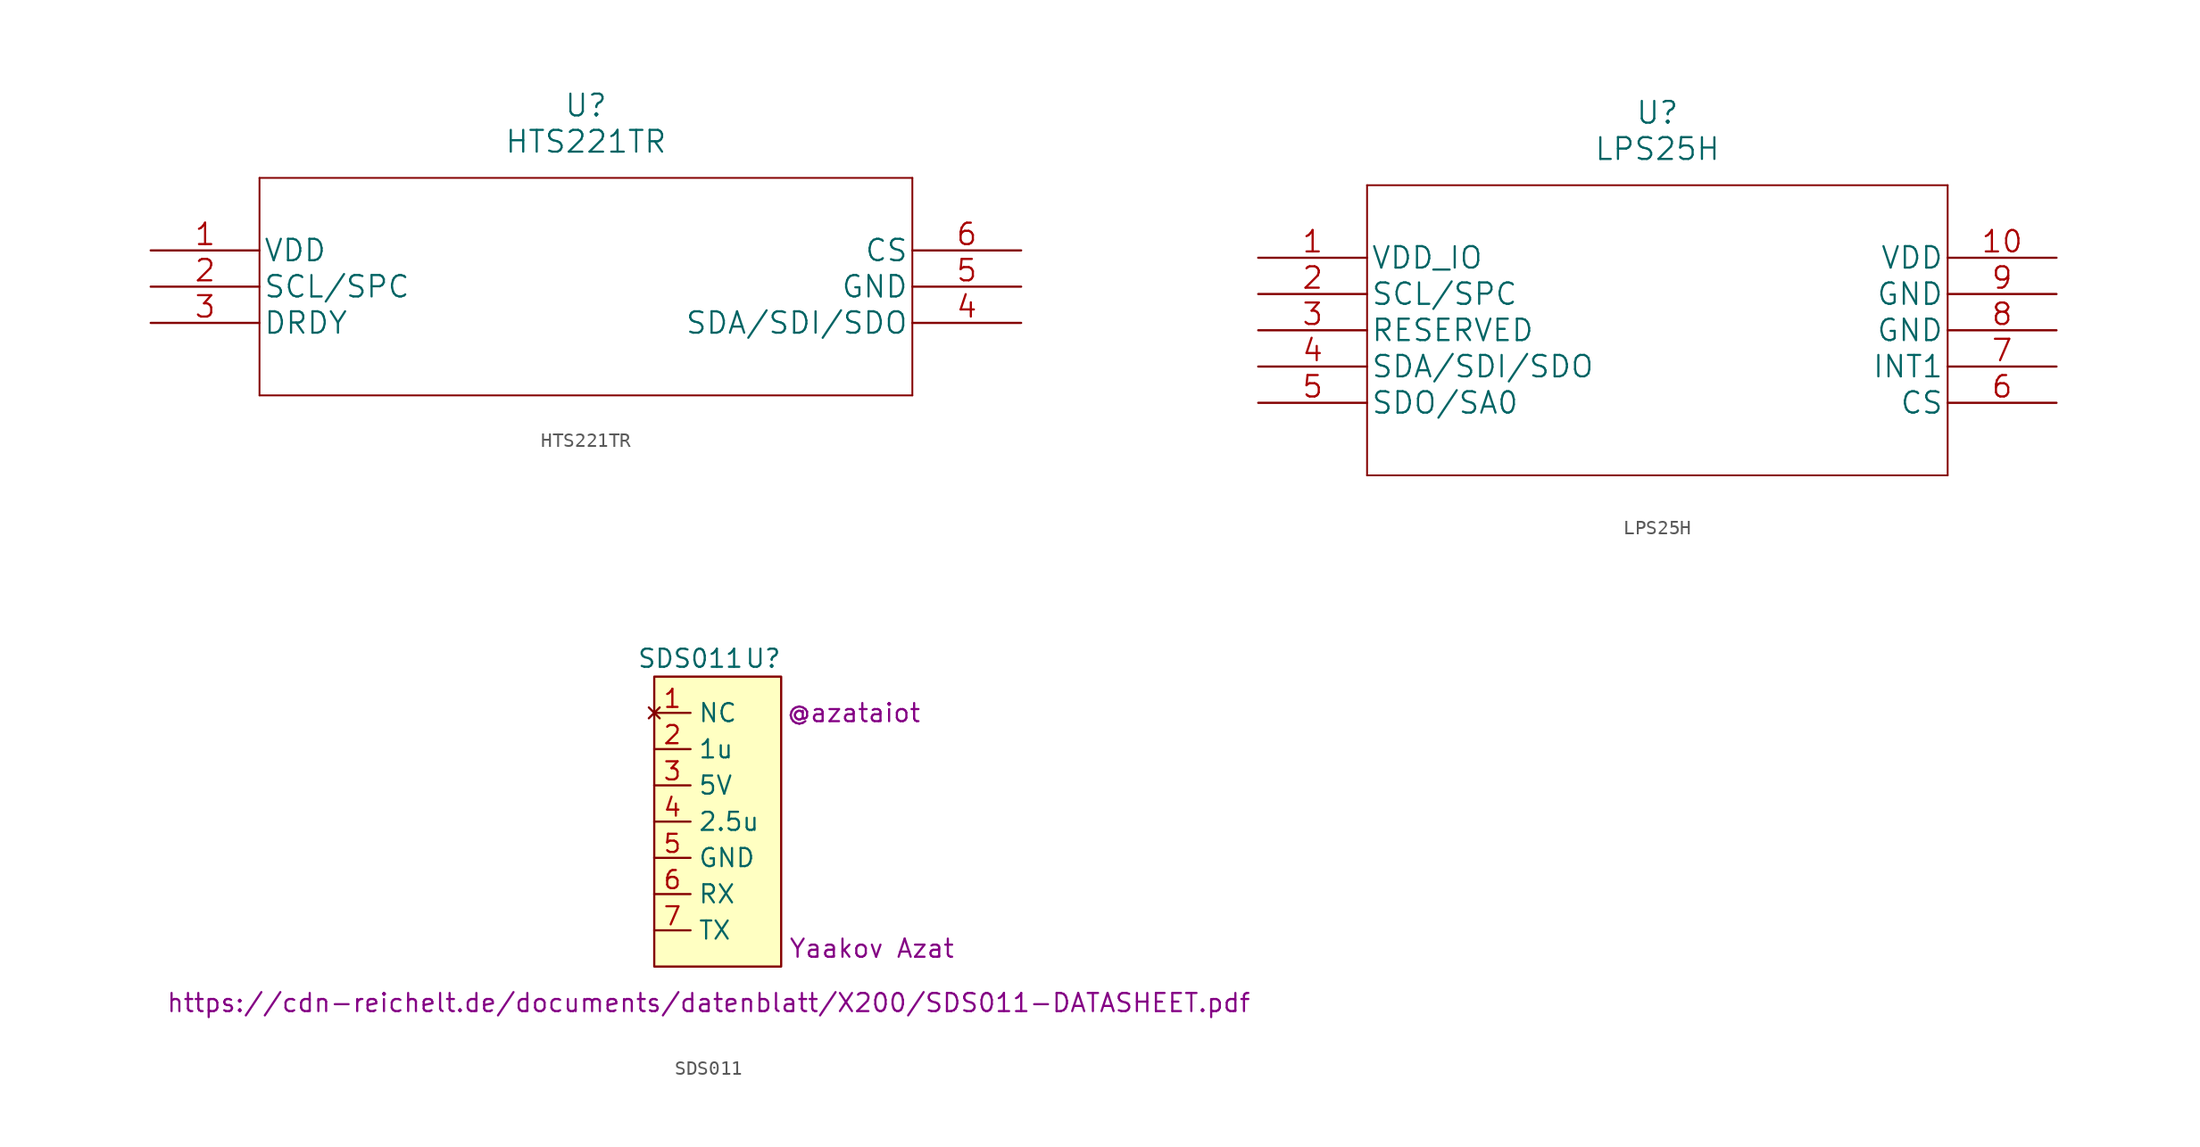
<source format=kicad_sym>
(kicad_symbol_lib
  (version 20211014)
  (generator kicad_symbol_editor)
  (symbol "HTS221TR"
    (pin_names
      (offset 0.254))
    (property "Reference" "U"
      (at 30.48 10.16 0)
      (effects (font (size 1.524 1.524))))
    (property "Value" "HTS221TR"
      (at 30.48 7.62 0)
      (effects (font (size 1.524 1.524))))
    (property "Datasheet" ""
      (at 0 0 0)
      (effects (font (size 1.524 1.524))))
    (symbol "HTS221TR_1_1"
      (polyline (pts (xy 7.62 -10.16) (xy 53.34 -10.16)) (stroke (width 0.127) (type default) (color 0 0 0 0)) (fill (type none)))
      (polyline (pts (xy 7.62 5.08) (xy 7.62 -10.16)) (stroke (width 0.127) (type default) (color 0 0 0 0)) (fill (type none)))
      (polyline (pts (xy 53.34 -10.16) (xy 53.34 5.08)) (stroke (width 0.127) (type default) (color 0 0 0 0)) (fill (type none)))
      (polyline (pts (xy 53.34 5.08) (xy 7.62 5.08)) (stroke (width 0.127) (type default) (color 0 0 0 0)) (fill (type none)))
      (pin power_in line (at 0 0 0) (length 7.62) (name "VDD" (effects (font (size 1.499 1.499)))) (number "1" (effects (font (size 1.499 1.499)))))
      (pin unspecified line (at 0 -2.54 0) (length 7.62) (name "SCL/SPC" (effects (font (size 1.499 1.499)))) (number "2" (effects (font (size 1.499 1.499)))))
      (pin unspecified line (at 0 -5.08 0) (length 7.62) (name "DRDY" (effects (font (size 1.499 1.499)))) (number "3" (effects (font (size 1.499 1.499)))))
      (pin unspecified line (at 60.96 -5.08 180) (length 7.62) (name "SDA/SDI/SDO" (effects (font (size 1.499 1.499)))) (number "4" (effects (font (size 1.499 1.499)))))
      (pin power_in line (at 60.96 -2.54 180) (length 7.62) (name "GND" (effects (font (size 1.499 1.499)))) (number "5" (effects (font (size 1.499 1.499)))))
      (pin unspecified line (at 60.96 0 180) (length 7.62) (name "CS" (effects (font (size 1.499 1.499)))) (number "6" (effects (font (size 1.499 1.499)))))))
  (symbol "LPS25H"
    (pin_names
      (offset 0.254))
    (property "Reference" "U"
      (at 27.94 10.16 0)
      (effects (font (size 1.524 1.524))))
    (property "Value" "LPS25H"
      (at 27.94 7.62 0)
      (effects (font (size 1.524 1.524))))
    (property "Datasheet" ""
      (at 0 0 0)
      (effects (font (size 1.524 1.524))))
    (symbol "LPS25H_1_1"
      (polyline (pts (xy 7.62 -15.24) (xy 48.26 -15.24)) (stroke (width 0.127) (type default) (color 0 0 0 0)) (fill (type none)))
      (polyline (pts (xy 7.62 5.08) (xy 7.62 -15.24)) (stroke (width 0.127) (type default) (color 0 0 0 0)) (fill (type none)))
      (polyline (pts (xy 48.26 -15.24) (xy 48.26 5.08)) (stroke (width 0.127) (type default) (color 0 0 0 0)) (fill (type none)))
      (polyline (pts (xy 48.26 5.08) (xy 7.62 5.08)) (stroke (width 0.127) (type default) (color 0 0 0 0)) (fill (type none)))
      (pin power_in line (at 0 0 0) (length 7.62) (name "VDD_IO" (effects (font (size 1.499 1.499)))) (number "1" (effects (font (size 1.499 1.499)))))
      (pin power_in line (at 55.88 0 180) (length 7.62) (name "VDD" (effects (font (size 1.499 1.499)))) (number "10" (effects (font (size 1.499 1.499)))))
      (pin bidirectional line (at 0 -2.54 0) (length 7.62) (name "SCL/SPC" (effects (font (size 1.499 1.499)))) (number "2" (effects (font (size 1.499 1.499)))))
      (pin power_in line (at 0 -5.08 0) (length 7.62) (name "RESERVED" (effects (font (size 1.499 1.499)))) (number "3" (effects (font (size 1.499 1.499)))))
      (pin bidirectional line (at 0 -7.62 0) (length 7.62) (name "SDA/SDI/SDO" (effects (font (size 1.499 1.499)))) (number "4" (effects (font (size 1.499 1.499)))))
      (pin bidirectional line (at 0 -10.16 0) (length 7.62) (name "SDO/SA0" (effects (font (size 1.499 1.499)))) (number "5" (effects (font (size 1.499 1.499)))))
      (pin input line (at 55.88 -10.16 180) (length 7.62) (name "CS" (effects (font (size 1.499 1.499)))) (number "6" (effects (font (size 1.499 1.499)))))
      (pin output line (at 55.88 -7.62 180) (length 7.62) (name "INT1" (effects (font (size 1.499 1.499)))) (number "7" (effects (font (size 1.499 1.499)))))
      (pin power_in line (at 55.88 -5.08 180) (length 7.62) (name "GND" (effects (font (size 1.499 1.499)))) (number "8" (effects (font (size 1.499 1.499)))))
      (pin power_in line (at 55.88 -2.54 180) (length 7.62) (name "GND" (effects (font (size 1.499 1.499)))) (number "9" (effects (font (size 1.499 1.499)))))))
  (symbol "SDS011"
    (property "Reference" "U"
      (at 7.62 11.43 0)
      (effects (font (size 1.27 1.27))))
    (property "Value" "SDS011"
      (at 2.54 11.43 0)
      (effects (font (size 1.27 1.27))))
    (property "Datasheet" "https://cdn-reichelt.de/documents/datenblatt/X200/SDS011-DATASHEET.pdf"
      (at 3.81 -12.7 0)
      (effects (font (size 1.27 1.27))))
    (property "Author" "Yaakov Azat"
      (at 15.24 -8.89 0)
      (effects (font (size 1.27 1.27))))
    (property "Author GitHub ID" "@azataiot"
      (at 13.97 7.62 0)
      (effects (font (size 1.27 1.27))))
    (symbol "SDS011_0_1"
      (rectangle (start 0 10.16) (end 8.89 -10.16) (stroke (width 0) (type default) (color 0 0 0 0)) (fill (type background))))
    (symbol "SDS011_1_1"
      (pin no_connect line (at 0 7.62 0) (length 2.54) (name "NC" (effects (font (size 1.27 1.27)))) (number "1" (effects (font (size 1.27 1.27)))))
      (pin output line (at 0 5.08 0) (length 2.54) (name "1u" (effects (font (size 1.27 1.27)))) (number "2" (effects (font (size 1.27 1.27)))))
      (pin power_in line (at 0 2.54 0) (length 2.54) (name "5V" (effects (font (size 1.27 1.27)))) (number "3" (effects (font (size 1.27 1.27)))))
      (pin output line (at 0 0 0) (length 2.54) (name "2.5u" (effects (font (size 1.27 1.27)))) (number "4" (effects (font (size 1.27 1.27)))))
      (pin power_in line (at 0 -2.54 0) (length 2.54) (name "GND" (effects (font (size 1.27 1.27)))) (number "5" (effects (font (size 1.27 1.27)))))
      (pin input line (at 0 -5.08 0) (length 2.54) (name "RX" (effects (font (size 1.27 1.27)))) (number "6" (effects (font (size 1.27 1.27)))))
      (pin output line (at 0 -7.62 0) (length 2.54) (name "TX" (effects (font (size 1.27 1.27)))) (number "7" (effects (font (size 1.27 1.27))))))))
</source>
